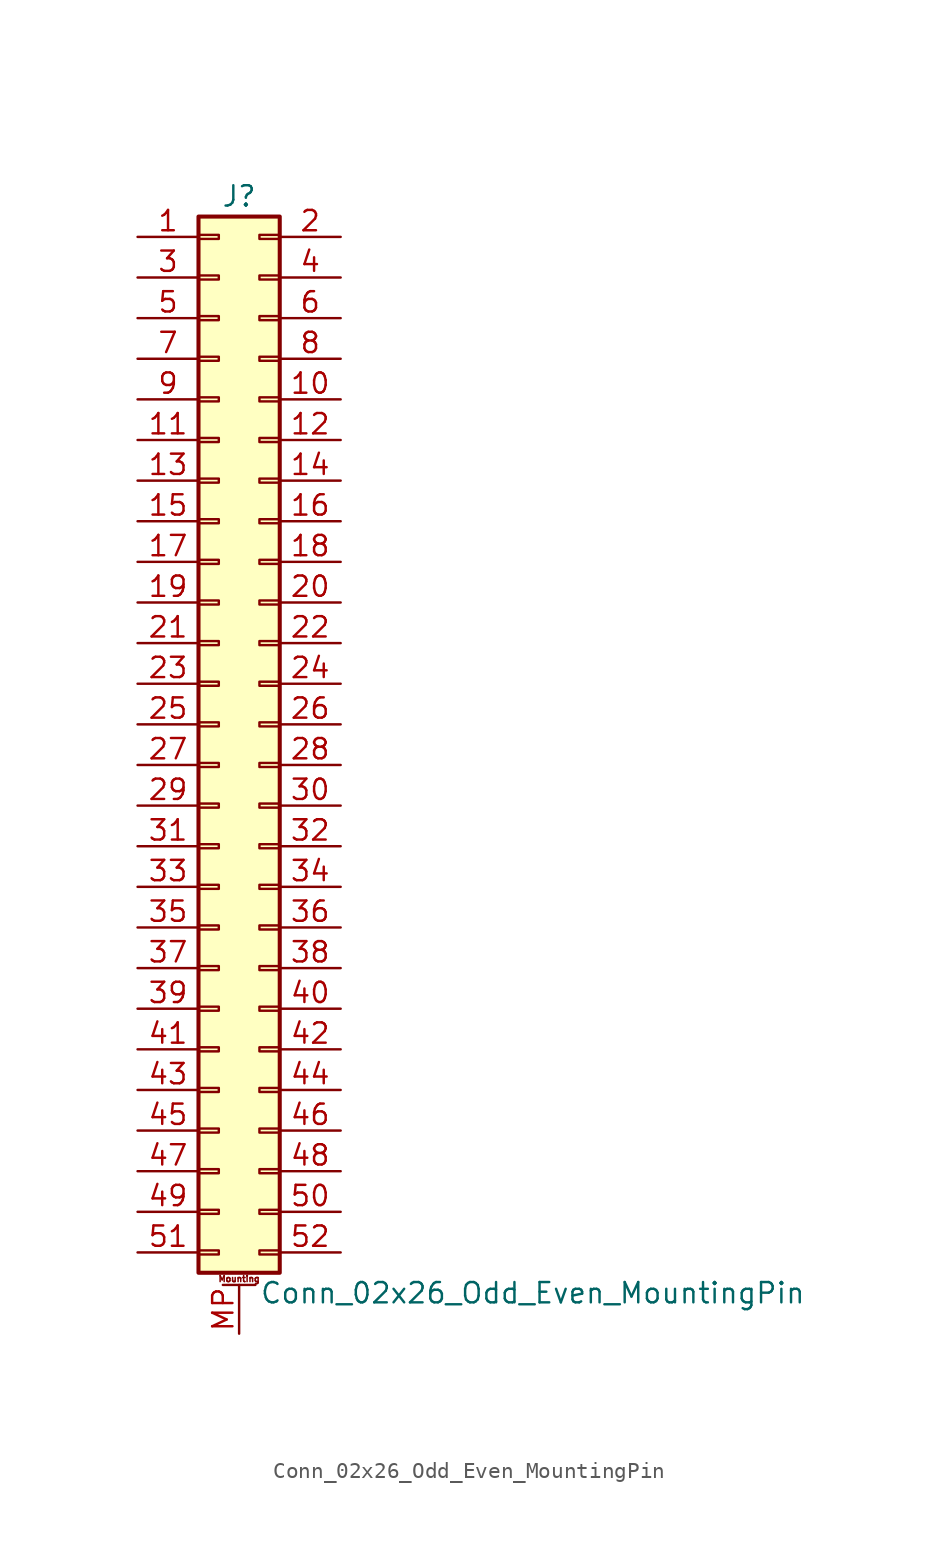
<source format=kicad_sym>
(kicad_symbol_lib
  (version 20201005)
  (generator kicad_symbol_editor)
  (symbol "Conn_02x26_Odd_Even_MountingPin"
    (pin_names
      (offset 1.016) hide)
    (property "Reference" "J"
      (at 1.27 33.02 0)
      (effects (font (size 1.27 1.27))))
    (property "Value" "Conn_02x26_Odd_Even_MountingPin"
      (at 2.54 -35.56 0)
      (effects (font (size 1.27 1.27)) (justify left)))
    (symbol "Conn_02x26_Odd_Even_MountingPin_1_1"
      (text "Mounting" (at 1.27 -34.671 0) (effects (font (size 0.381 0.381))))
      (rectangle (start -1.27 -32.893) (end 0 -33.147) (stroke (width 0.152)) (fill (type none)))
      (rectangle (start -1.27 -30.353) (end 0 -30.607) (stroke (width 0.152)) (fill (type none)))
      (rectangle (start -1.27 -27.813) (end 0 -28.067) (stroke (width 0.152)) (fill (type none)))
      (rectangle (start -1.27 -25.273) (end 0 -25.527) (stroke (width 0.152)) (fill (type none)))
      (rectangle (start -1.27 -22.733) (end 0 -22.987) (stroke (width 0.152)) (fill (type none)))
      (rectangle (start -1.27 -20.193) (end 0 -20.447) (stroke (width 0.152)) (fill (type none)))
      (rectangle (start -1.27 -17.653) (end 0 -17.907) (stroke (width 0.152)) (fill (type none)))
      (rectangle (start -1.27 -15.113) (end 0 -15.367) (stroke (width 0.152)) (fill (type none)))
      (rectangle (start -1.27 -12.573) (end 0 -12.827) (stroke (width 0.152)) (fill (type none)))
      (rectangle (start -1.27 -10.033) (end 0 -10.287) (stroke (width 0.152)) (fill (type none)))
      (rectangle (start -1.27 -7.493) (end 0 -7.747) (stroke (width 0.152)) (fill (type none)))
      (rectangle (start -1.27 -4.953) (end 0 -5.207) (stroke (width 0.152)) (fill (type none)))
      (rectangle (start -1.27 -2.413) (end 0 -2.667) (stroke (width 0.152)) (fill (type none)))
      (rectangle (start -1.27 0.127) (end 0 -0.127) (stroke (width 0.152)) (fill (type none)))
      (rectangle (start -1.27 2.667) (end 0 2.413) (stroke (width 0.152)) (fill (type none)))
      (rectangle (start -1.27 5.207) (end 0 4.953) (stroke (width 0.152)) (fill (type none)))
      (rectangle (start -1.27 7.747) (end 0 7.493) (stroke (width 0.152)) (fill (type none)))
      (rectangle (start -1.27 10.287) (end 0 10.033) (stroke (width 0.152)) (fill (type none)))
      (rectangle (start -1.27 12.827) (end 0 12.573) (stroke (width 0.152)) (fill (type none)))
      (rectangle (start -1.27 15.367) (end 0 15.113) (stroke (width 0.152)) (fill (type none)))
      (rectangle (start -1.27 17.907) (end 0 17.653) (stroke (width 0.152)) (fill (type none)))
      (rectangle (start -1.27 20.447) (end 0 20.193) (stroke (width 0.152)) (fill (type none)))
      (rectangle (start -1.27 22.987) (end 0 22.733) (stroke (width 0.152)) (fill (type none)))
      (rectangle (start -1.27 25.527) (end 0 25.273) (stroke (width 0.152)) (fill (type none)))
      (rectangle (start -1.27 28.067) (end 0 27.813) (stroke (width 0.152)) (fill (type none)))
      (rectangle (start -1.27 30.607) (end 0 30.353) (stroke (width 0.152)) (fill (type none)))
      (rectangle (start 3.81 -32.893) (end 2.54 -33.147) (stroke (width 0.152)) (fill (type none)))
      (rectangle (start 3.81 -30.353) (end 2.54 -30.607) (stroke (width 0.152)) (fill (type none)))
      (rectangle (start 3.81 -27.813) (end 2.54 -28.067) (stroke (width 0.152)) (fill (type none)))
      (rectangle (start 3.81 -25.273) (end 2.54 -25.527) (stroke (width 0.152)) (fill (type none)))
      (rectangle (start 3.81 -22.733) (end 2.54 -22.987) (stroke (width 0.152)) (fill (type none)))
      (rectangle (start 3.81 -20.193) (end 2.54 -20.447) (stroke (width 0.152)) (fill (type none)))
      (rectangle (start 3.81 -17.653) (end 2.54 -17.907) (stroke (width 0.152)) (fill (type none)))
      (rectangle (start 3.81 -15.113) (end 2.54 -15.367) (stroke (width 0.152)) (fill (type none)))
      (rectangle (start 3.81 -12.573) (end 2.54 -12.827) (stroke (width 0.152)) (fill (type none)))
      (rectangle (start 3.81 -10.033) (end 2.54 -10.287) (stroke (width 0.152)) (fill (type none)))
      (rectangle (start 3.81 -7.493) (end 2.54 -7.747) (stroke (width 0.152)) (fill (type none)))
      (rectangle (start 3.81 -4.953) (end 2.54 -5.207) (stroke (width 0.152)) (fill (type none)))
      (rectangle (start 3.81 -2.413) (end 2.54 -2.667) (stroke (width 0.152)) (fill (type none)))
      (rectangle (start 3.81 0.127) (end 2.54 -0.127) (stroke (width 0.152)) (fill (type none)))
      (rectangle (start 3.81 2.667) (end 2.54 2.413) (stroke (width 0.152)) (fill (type none)))
      (rectangle (start 3.81 5.207) (end 2.54 4.953) (stroke (width 0.152)) (fill (type none)))
      (rectangle (start 3.81 7.747) (end 2.54 7.493) (stroke (width 0.152)) (fill (type none)))
      (rectangle (start 3.81 10.287) (end 2.54 10.033) (stroke (width 0.152)) (fill (type none)))
      (rectangle (start 3.81 12.827) (end 2.54 12.573) (stroke (width 0.152)) (fill (type none)))
      (rectangle (start 3.81 15.367) (end 2.54 15.113) (stroke (width 0.152)) (fill (type none)))
      (rectangle (start 3.81 17.907) (end 2.54 17.653) (stroke (width 0.152)) (fill (type none)))
      (rectangle (start 3.81 20.447) (end 2.54 20.193) (stroke (width 0.152)) (fill (type none)))
      (rectangle (start 3.81 22.987) (end 2.54 22.733) (stroke (width 0.152)) (fill (type none)))
      (rectangle (start 3.81 25.527) (end 2.54 25.273) (stroke (width 0.152)) (fill (type none)))
      (rectangle (start 3.81 28.067) (end 2.54 27.813) (stroke (width 0.152)) (fill (type none)))
      (rectangle (start 3.81 30.607) (end 2.54 30.353) (stroke (width 0.152)) (fill (type none)))
      (rectangle (start -1.27 31.75) (end 3.81 -34.29) (stroke (width 0.254)) (fill (type background)))
      (polyline (pts (xy 0.254 -35.052) (xy 2.286 -35.052)) (stroke (width 0.152)) (fill (type none)))
      (pin passive line (at -5.08 30.48 0) (length 3.81) (name "Pin_1" (effects (font (size 1.27 1.27)))) (number "1" (effects (font (size 1.27 1.27)))))
      (pin passive line (at 7.62 20.32 180) (length 3.81) (name "Pin_10" (effects (font (size 1.27 1.27)))) (number "10" (effects (font (size 1.27 1.27)))))
      (pin passive line (at -5.08 17.78 0) (length 3.81) (name "Pin_11" (effects (font (size 1.27 1.27)))) (number "11" (effects (font (size 1.27 1.27)))))
      (pin passive line (at 7.62 17.78 180) (length 3.81) (name "Pin_12" (effects (font (size 1.27 1.27)))) (number "12" (effects (font (size 1.27 1.27)))))
      (pin passive line (at -5.08 15.24 0) (length 3.81) (name "Pin_13" (effects (font (size 1.27 1.27)))) (number "13" (effects (font (size 1.27 1.27)))))
      (pin passive line (at 7.62 15.24 180) (length 3.81) (name "Pin_14" (effects (font (size 1.27 1.27)))) (number "14" (effects (font (size 1.27 1.27)))))
      (pin passive line (at -5.08 12.7 0) (length 3.81) (name "Pin_15" (effects (font (size 1.27 1.27)))) (number "15" (effects (font (size 1.27 1.27)))))
      (pin passive line (at 7.62 12.7 180) (length 3.81) (name "Pin_16" (effects (font (size 1.27 1.27)))) (number "16" (effects (font (size 1.27 1.27)))))
      (pin passive line (at -5.08 10.16 0) (length 3.81) (name "Pin_17" (effects (font (size 1.27 1.27)))) (number "17" (effects (font (size 1.27 1.27)))))
      (pin passive line (at 7.62 10.16 180) (length 3.81) (name "Pin_18" (effects (font (size 1.27 1.27)))) (number "18" (effects (font (size 1.27 1.27)))))
      (pin passive line (at -5.08 7.62 0) (length 3.81) (name "Pin_19" (effects (font (size 1.27 1.27)))) (number "19" (effects (font (size 1.27 1.27)))))
      (pin passive line (at 7.62 30.48 180) (length 3.81) (name "Pin_2" (effects (font (size 1.27 1.27)))) (number "2" (effects (font (size 1.27 1.27)))))
      (pin passive line (at 7.62 7.62 180) (length 3.81) (name "Pin_20" (effects (font (size 1.27 1.27)))) (number "20" (effects (font (size 1.27 1.27)))))
      (pin passive line (at -5.08 5.08 0) (length 3.81) (name "Pin_21" (effects (font (size 1.27 1.27)))) (number "21" (effects (font (size 1.27 1.27)))))
      (pin passive line (at 7.62 5.08 180) (length 3.81) (name "Pin_22" (effects (font (size 1.27 1.27)))) (number "22" (effects (font (size 1.27 1.27)))))
      (pin passive line (at -5.08 2.54 0) (length 3.81) (name "Pin_23" (effects (font (size 1.27 1.27)))) (number "23" (effects (font (size 1.27 1.27)))))
      (pin passive line (at 7.62 2.54 180) (length 3.81) (name "Pin_24" (effects (font (size 1.27 1.27)))) (number "24" (effects (font (size 1.27 1.27)))))
      (pin passive line (at -5.08 0 0) (length 3.81) (name "Pin_25" (effects (font (size 1.27 1.27)))) (number "25" (effects (font (size 1.27 1.27)))))
      (pin passive line (at 7.62 0 180) (length 3.81) (name "Pin_26" (effects (font (size 1.27 1.27)))) (number "26" (effects (font (size 1.27 1.27)))))
      (pin passive line (at -5.08 -2.54 0) (length 3.81) (name "Pin_27" (effects (font (size 1.27 1.27)))) (number "27" (effects (font (size 1.27 1.27)))))
      (pin passive line (at 7.62 -2.54 180) (length 3.81) (name "Pin_28" (effects (font (size 1.27 1.27)))) (number "28" (effects (font (size 1.27 1.27)))))
      (pin passive line (at -5.08 -5.08 0) (length 3.81) (name "Pin_29" (effects (font (size 1.27 1.27)))) (number "29" (effects (font (size 1.27 1.27)))))
      (pin passive line (at -5.08 27.94 0) (length 3.81) (name "Pin_3" (effects (font (size 1.27 1.27)))) (number "3" (effects (font (size 1.27 1.27)))))
      (pin passive line (at 7.62 -5.08 180) (length 3.81) (name "Pin_30" (effects (font (size 1.27 1.27)))) (number "30" (effects (font (size 1.27 1.27)))))
      (pin passive line (at -5.08 -7.62 0) (length 3.81) (name "Pin_31" (effects (font (size 1.27 1.27)))) (number "31" (effects (font (size 1.27 1.27)))))
      (pin passive line (at 7.62 -7.62 180) (length 3.81) (name "Pin_32" (effects (font (size 1.27 1.27)))) (number "32" (effects (font (size 1.27 1.27)))))
      (pin passive line (at -5.08 -10.16 0) (length 3.81) (name "Pin_33" (effects (font (size 1.27 1.27)))) (number "33" (effects (font (size 1.27 1.27)))))
      (pin passive line (at 7.62 -10.16 180) (length 3.81) (name "Pin_34" (effects (font (size 1.27 1.27)))) (number "34" (effects (font (size 1.27 1.27)))))
      (pin passive line (at -5.08 -12.7 0) (length 3.81) (name "Pin_35" (effects (font (size 1.27 1.27)))) (number "35" (effects (font (size 1.27 1.27)))))
      (pin passive line (at 7.62 -12.7 180) (length 3.81) (name "Pin_36" (effects (font (size 1.27 1.27)))) (number "36" (effects (font (size 1.27 1.27)))))
      (pin passive line (at -5.08 -15.24 0) (length 3.81) (name "Pin_37" (effects (font (size 1.27 1.27)))) (number "37" (effects (font (size 1.27 1.27)))))
      (pin passive line (at 7.62 -15.24 180) (length 3.81) (name "Pin_38" (effects (font (size 1.27 1.27)))) (number "38" (effects (font (size 1.27 1.27)))))
      (pin passive line (at -5.08 -17.78 0) (length 3.81) (name "Pin_39" (effects (font (size 1.27 1.27)))) (number "39" (effects (font (size 1.27 1.27)))))
      (pin passive line (at 7.62 27.94 180) (length 3.81) (name "Pin_4" (effects (font (size 1.27 1.27)))) (number "4" (effects (font (size 1.27 1.27)))))
      (pin passive line (at 7.62 -17.78 180) (length 3.81) (name "Pin_40" (effects (font (size 1.27 1.27)))) (number "40" (effects (font (size 1.27 1.27)))))
      (pin passive line (at -5.08 -20.32 0) (length 3.81) (name "Pin_41" (effects (font (size 1.27 1.27)))) (number "41" (effects (font (size 1.27 1.27)))))
      (pin passive line (at 7.62 -20.32 180) (length 3.81) (name "Pin_42" (effects (font (size 1.27 1.27)))) (number "42" (effects (font (size 1.27 1.27)))))
      (pin passive line (at -5.08 -22.86 0) (length 3.81) (name "Pin_43" (effects (font (size 1.27 1.27)))) (number "43" (effects (font (size 1.27 1.27)))))
      (pin passive line (at 7.62 -22.86 180) (length 3.81) (name "Pin_44" (effects (font (size 1.27 1.27)))) (number "44" (effects (font (size 1.27 1.27)))))
      (pin passive line (at -5.08 -25.4 0) (length 3.81) (name "Pin_45" (effects (font (size 1.27 1.27)))) (number "45" (effects (font (size 1.27 1.27)))))
      (pin passive line (at 7.62 -25.4 180) (length 3.81) (name "Pin_46" (effects (font (size 1.27 1.27)))) (number "46" (effects (font (size 1.27 1.27)))))
      (pin passive line (at -5.08 -27.94 0) (length 3.81) (name "Pin_47" (effects (font (size 1.27 1.27)))) (number "47" (effects (font (size 1.27 1.27)))))
      (pin passive line (at 7.62 -27.94 180) (length 3.81) (name "Pin_48" (effects (font (size 1.27 1.27)))) (number "48" (effects (font (size 1.27 1.27)))))
      (pin passive line (at -5.08 -30.48 0) (length 3.81) (name "Pin_49" (effects (font (size 1.27 1.27)))) (number "49" (effects (font (size 1.27 1.27)))))
      (pin passive line (at -5.08 25.4 0) (length 3.81) (name "Pin_5" (effects (font (size 1.27 1.27)))) (number "5" (effects (font (size 1.27 1.27)))))
      (pin passive line (at 7.62 -30.48 180) (length 3.81) (name "Pin_50" (effects (font (size 1.27 1.27)))) (number "50" (effects (font (size 1.27 1.27)))))
      (pin passive line (at -5.08 -33.02 0) (length 3.81) (name "Pin_51" (effects (font (size 1.27 1.27)))) (number "51" (effects (font (size 1.27 1.27)))))
      (pin passive line (at 7.62 -33.02 180) (length 3.81) (name "Pin_52" (effects (font (size 1.27 1.27)))) (number "52" (effects (font (size 1.27 1.27)))))
      (pin passive line (at 7.62 25.4 180) (length 3.81) (name "Pin_6" (effects (font (size 1.27 1.27)))) (number "6" (effects (font (size 1.27 1.27)))))
      (pin passive line (at -5.08 22.86 0) (length 3.81) (name "Pin_7" (effects (font (size 1.27 1.27)))) (number "7" (effects (font (size 1.27 1.27)))))
      (pin passive line (at 7.62 22.86 180) (length 3.81) (name "Pin_8" (effects (font (size 1.27 1.27)))) (number "8" (effects (font (size 1.27 1.27)))))
      (pin passive line (at -5.08 20.32 0) (length 3.81) (name "Pin_9" (effects (font (size 1.27 1.27)))) (number "9" (effects (font (size 1.27 1.27)))))
      (pin passive line (at 1.27 -38.1 90) (length 3.048) (name "MountPin" (effects (font (size 1.27 1.27)))) (number "MP" (effects (font (size 1.27 1.27))))))))
</source>
